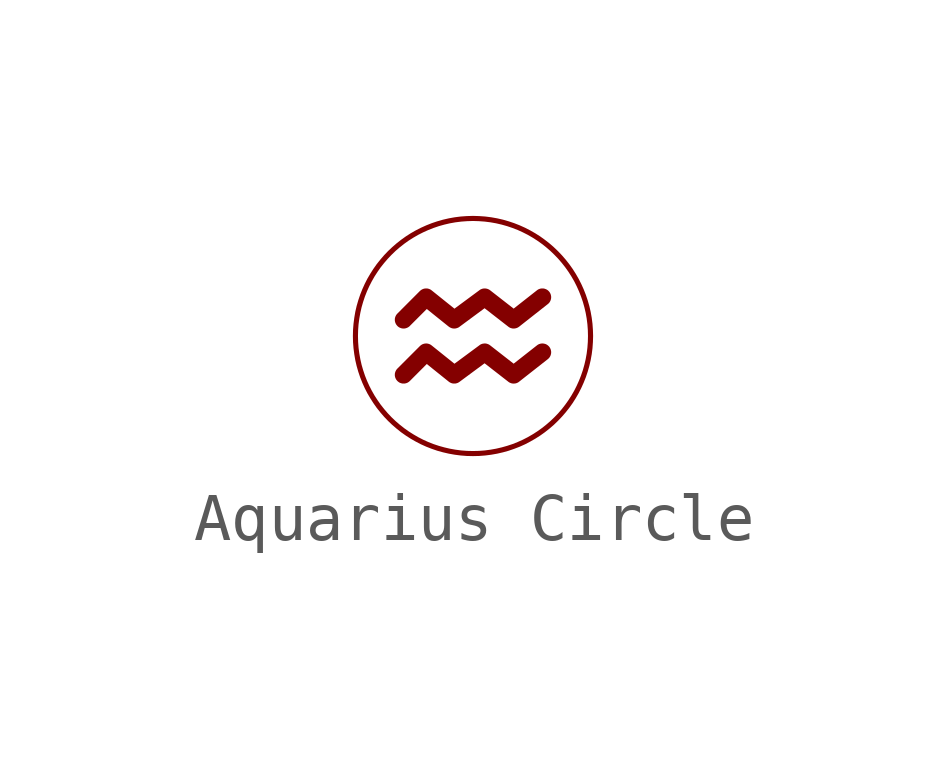
<source format=kicad_sym>
(kicad_symbol_lib
  (version 20241209)
  (generator "kicad_symbol_editor")
  (generator_version "9.0")
  (symbol "Aquarius Circle"
    (property "Reference" "LOGO"
      (at 0.254 -5.334 0)
      (effects (font (size 1.27 1.27)) (hide yes)))
    (property "ki_locked" ""
      (at 0 0 0)
      (effects (font (size 1.27 1.27))))
    (symbol "Aquarius Circle_1_0"
      (polyline (pts (xy -1.016 1.016) (xy -1.008 1.016) (xy -1 1.015) (xy -0.992 1.014) (xy -0.984 1.012) (xy -0.975 1.01) (xy -0.968 1.008) (xy -0.96 1.005) (xy -0.952 1.002) (xy -0.944 0.999) (xy -0.937 0.995) (xy -0.929 0.991) (xy -0.922 0.986) (xy -0.915 0.981) (xy -0.908 0.976) (xy -0.433 0.595) (xy 0.088 0.98) (xy 0.094 0.985) (xy 0.1 0.989) (xy 0.107 0.993) (xy 0.113 0.996) (xy 0.127 1.002) (xy 0.141 1.008) (xy 0.155 1.011) (xy 0.17 1.014) (xy 0.184 1.016) (xy 0.199 1.016) (xy 0.213 1.015) (xy 0.228 1.013) (xy 0.242 1.01) (xy 0.256 1.006) (xy 0.27 1.001) (xy 0.283 0.994) (xy 0.29 0.991) (xy 0.296 0.987) (xy 0.302 0.982) (xy 0.309 0.978) (xy 0.799 0.596) (xy 1.284 0.977) (xy 1.292 0.983) (xy 1.299 0.988) (xy 1.307 0.993) (xy 1.315 0.997) (xy 1.323 1.001) (xy 1.332 1.004) (xy 1.34 1.007) (xy 1.349 1.01) (xy 1.357 1.012) (xy 1.366 1.014) (xy 1.375 1.015) (xy 1.384 1.016) (xy 1.393 1.016) (xy 1.401 1.016) (xy 1.41 1.016) (xy 1.419 1.015) (xy 1.427 1.014) (xy 1.436 1.012) (xy 1.445 1.01) (xy 1.453 1.007) (xy 1.461 1.004) (xy 1.47 1.001) (xy 1.478 0.997) (xy 1.486 0.993) (xy 1.493 0.989) (xy 1.501 0.984) (xy 1.508 0.979) (xy 1.515 0.973) (xy 1.522 0.967) (xy 1.528 0.96) (xy 1.535 0.954) (xy 1.541 0.946) (xy 1.546 0.939) (xy 1.552 0.931) (xy 1.556 0.923) (xy 1.561 0.915) (xy 1.564 0.907) (xy 1.568 0.898) (xy 1.571 0.89) (xy 1.573 0.881) (xy 1.575 0.873) (xy 1.577 0.864) (xy 1.579 0.855) (xy 1.579 0.847) (xy 1.58 0.838) (xy 1.58 0.829) (xy 1.579 0.82) (xy 1.579 0.811) (xy 1.577 0.803) (xy 1.576 0.794) (xy 1.573 0.786) (xy 1.571 0.777) (xy 1.568 0.769) (xy 1.565 0.761) (xy 1.561 0.753) (xy 1.557 0.745) (xy 1.552 0.737) (xy 1.548 0.73) (xy 1.542 0.722) (xy 1.537 0.715) (xy 1.53 0.708) (xy 1.524 0.702) (xy 1.517 0.696) (xy 1.51 0.69) (xy 0.913 0.22) (xy 0.906 0.215) (xy 0.9 0.211) (xy 0.893 0.207) (xy 0.887 0.203) (xy 0.88 0.2) (xy 0.873 0.196) (xy 0.866 0.194) (xy 0.859 0.191) (xy 0.852 0.189) (xy 0.844 0.187) (xy 0.837 0.185) (xy 0.83 0.184) (xy 0.822 0.183) (xy 0.815 0.182) (xy 0.807 0.181) (xy 0.8 0.181) (xy 0.792 0.181) (xy 0.785 0.182) (xy 0.777 0.182) (xy 0.77 0.184) (xy 0.763 0.185) (xy 0.755 0.187) (xy 0.748 0.189) (xy 0.741 0.191) (xy 0.734 0.193) (xy 0.727 0.196) (xy 0.72 0.199) (xy 0.713 0.203) (xy 0.707 0.207) (xy 0.7 0.211) (xy 0.694 0.215) (xy 0.688 0.22) (xy 0.194 0.604) (xy -0.329 0.217) (xy -0.335 0.213) (xy -0.341 0.208) (xy -0.348 0.204) (xy -0.355 0.201) (xy -0.368 0.195) (xy -0.383 0.19) (xy -0.397 0.186) (xy -0.411 0.183) (xy -0.426 0.181) (xy -0.441 0.181) (xy -0.456 0.182) (xy -0.47 0.184) (xy -0.485 0.187) (xy -0.499 0.192) (xy -0.513 0.198) (xy -0.526 0.204) (xy -0.533 0.208) (xy -0.539 0.212) (xy -0.546 0.217) (xy -0.552 0.221) (xy -1.009 0.588) (xy -1.362 0.235) (xy -1.369 0.228) (xy -1.376 0.222) (xy -1.383 0.217) (xy -1.391 0.211) (xy -1.399 0.207) (xy -1.407 0.202) (xy -1.415 0.198) (xy -1.423 0.195) (xy -1.431 0.192) (xy -1.44 0.189) (xy -1.448 0.186) (xy -1.457 0.185) (xy -1.465 0.183) (xy -1.474 0.182) (xy -1.483 0.181) (xy -1.492 0.181) (xy -1.5 0.181) (xy -1.509 0.182) (xy -1.518 0.183) (xy -1.526 0.185) (xy -1.535 0.186) (xy -1.544 0.189) (xy -1.552 0.192) (xy -1.56 0.195) (xy -1.569 0.198) (xy -1.577 0.202) (xy -1.585 0.207) (xy -1.592 0.211) (xy -1.6 0.217) (xy -1.607 0.222) (xy -1.614 0.228) (xy -1.621 0.235) (xy -1.627 0.242) (xy -1.633 0.249) (xy -1.639 0.256) (xy -1.644 0.264) (xy -1.649 0.271) (xy -1.653 0.279) (xy -1.657 0.287) (xy -1.661 0.295) (xy -1.664 0.304) (xy -1.667 0.312) (xy -1.669 0.321) (xy -1.671 0.329) (xy -1.673 0.338) (xy -1.674 0.346) (xy -1.674 0.355) (xy -1.674 0.364) (xy -1.674 0.373) (xy -1.674 0.382) (xy -1.673 0.39) (xy -1.671 0.399) (xy -1.669 0.408) (xy -1.667 0.416) (xy -1.664 0.424) (xy -1.661 0.433) (xy -1.657 0.441) (xy -1.653 0.449) (xy -1.649 0.457) (xy -1.644 0.465) (xy -1.639 0.472) (xy -1.633 0.479) (xy -1.627 0.486) (xy -1.621 0.493) (xy -1.152 0.963) (xy -1.145 0.969) (xy -1.139 0.974) (xy -1.132 0.98) (xy -1.125 0.985) (xy -1.118 0.989) (xy -1.111 0.993) (xy -1.103 0.997) (xy -1.096 1.001) (xy -1.088 1.004) (xy -1.081 1.007) (xy -1.073 1.009) (xy -1.065 1.011) (xy -1.057 1.013) (xy -1.049 1.014) (xy -1.04 1.015) (xy -1.032 1.016) (xy -1.024 1.016) (xy -1.016 1.016)) (stroke (width -0.0001) (type solid)) (fill (type outline)))
      (polyline (pts (xy 0.081 2.522) (xy 0.208 2.513) (xy 0.333 2.497) (xy 0.457 2.475) (xy 0.578 2.447) (xy 0.696 2.413) (xy 0.812 2.374) (xy 0.926 2.329) (xy 1.037 2.279) (xy 1.144 2.224) (xy 1.249 2.164) (xy 1.351 2.099) (xy 1.448 2.029) (xy 1.543 1.955) (xy 1.634 1.876) (xy 1.72 1.794) (xy 1.803 1.707) (xy 1.882 1.616) (xy 1.956 1.522) (xy 2.026 1.424) (xy 2.091 1.322) (xy 2.151 1.218) (xy 2.206 1.11) (xy 2.256 0.999) (xy 2.301 0.885) (xy 2.34 0.769) (xy 2.374 0.651) (xy 2.402 0.53) (xy 2.424 0.406) (xy 2.44 0.281) (xy 2.449 0.154) (xy 2.453 0.026) (xy 2.449 -0.103) (xy 2.44 -0.23) (xy 2.424 -0.355) (xy 2.402 -0.478) (xy 2.374 -0.599) (xy 2.34 -0.718) (xy 2.301 -0.834) (xy 2.256 -0.947) (xy 2.206 -1.058) (xy 2.151 -1.166) (xy 2.091 -1.27) (xy 2.026 -1.372) (xy 1.956 -1.47) (xy 1.882 -1.564) (xy 1.803 -1.655) (xy 1.72 -1.742) (xy 1.634 -1.825) (xy 1.543 -1.903) (xy 1.448 -1.978) (xy 1.351 -2.047) (xy 1.249 -2.112) (xy 1.144 -2.172) (xy 1.037 -2.228) (xy 0.926 -2.278) (xy 0.812 -2.322) (xy 0.696 -2.362) (xy 0.578 -2.395) (xy 0.457 -2.423) (xy 0.333 -2.445) (xy 0.208 -2.461) (xy 0.081 -2.471) (xy -0.047 -2.474) (xy -0.176 -2.471) (xy -0.303 -2.461) (xy -0.428 -2.445) (xy -0.551 -2.423) (xy -0.672 -2.395) (xy -0.791 -2.362) (xy -0.907 -2.322) (xy -1.02 -2.278) (xy -1.131 -2.228) (xy -1.239 -2.172) (xy -1.344 -2.112) (xy -1.445 -2.047) (xy -1.543 -1.978) (xy -1.637 -1.903) (xy -1.728 -1.825) (xy -1.815 -1.742) (xy -1.898 -1.655) (xy -1.976 -1.564) (xy -2.051 -1.47) (xy -2.12 -1.372) (xy -2.185 -1.27) (xy -2.246 -1.166) (xy -2.301 -1.058) (xy -2.351 -0.947) (xy -2.396 -0.834) (xy -2.435 -0.718) (xy -2.469 -0.599) (xy -2.497 -0.478) (xy -2.518 -0.355) (xy -2.534 -0.23) (xy -2.544 -0.103) (xy -2.547 0.026) (xy -2.441 0.026) (xy -2.438 -0.097) (xy -2.429 -0.219) (xy -2.413 -0.339) (xy -2.392 -0.457) (xy -2.366 -0.572) (xy -2.333 -0.686) (xy -2.296 -0.797) (xy -2.253 -0.906) (xy -2.205 -1.012) (xy -2.152 -1.115) (xy -2.095 -1.215) (xy -2.032 -1.312) (xy -1.966 -1.406) (xy -1.894 -1.497) (xy -1.819 -1.584) (xy -1.74 -1.667) (xy -1.657 -1.746) (xy -1.57 -1.821) (xy -1.48 -1.892) (xy -1.386 -1.959) (xy -1.288 -2.021) (xy -1.188 -2.079) (xy -1.085 -2.132) (xy -0.979 -2.18) (xy -0.87 -2.223) (xy -0.759 -2.26) (xy -0.645 -2.292) (xy -0.53 -2.319) (xy -0.412 -2.34) (xy -0.292 -2.356) (xy -0.171 -2.365) (xy -0.047 -2.368) (xy 0.076 -2.365) (xy 0.198 -2.356) (xy 0.317 -2.34) (xy 0.435 -2.319) (xy 0.551 -2.292) (xy 0.664 -2.26) (xy 0.776 -2.223) (xy 0.884 -2.18) (xy 0.991 -2.132) (xy 1.094 -2.079) (xy 1.194 -2.021) (xy 1.291 -1.959) (xy 1.385 -1.892) (xy 1.475 -1.821) (xy 1.562 -1.746) (xy 1.645 -1.667) (xy 1.725 -1.584) (xy 1.8 -1.497) (xy 1.871 -1.406) (xy 1.938 -1.312) (xy 2 -1.215) (xy 2.058 -1.115) (xy 2.11 -1.012) (xy 2.158 -0.906) (xy 2.201 -0.797) (xy 2.239 -0.686) (xy 2.271 -0.572) (xy 2.298 -0.457) (xy 2.319 -0.339) (xy 2.334 -0.219) (xy 2.343 -0.097) (xy 2.346 0.026) (xy 2.343 0.149) (xy 2.334 0.271) (xy 2.319 0.39) (xy 2.298 0.508) (xy 2.271 0.624) (xy 2.239 0.738) (xy 2.201 0.849) (xy 2.158 0.958) (xy 2.11 1.064) (xy 2.058 1.167) (xy 2 1.267) (xy 1.938 1.364) (xy 1.871 1.458) (xy 1.8 1.548) (xy 1.725 1.635) (xy 1.645 1.718) (xy 1.562 1.798) (xy 1.475 1.873) (xy 1.385 1.944) (xy 1.291 2.011) (xy 1.194 2.073) (xy 1.094 2.131) (xy 0.991 2.183) (xy 0.884 2.232) (xy 0.776 2.274) (xy 0.664 2.312) (xy 0.551 2.344) (xy 0.435 2.371) (xy 0.317 2.392) (xy 0.198 2.407) (xy 0.076 2.416) (xy -0.047 2.42) (xy -0.171 2.416) (xy -0.292 2.407) (xy -0.412 2.392) (xy -0.53 2.371) (xy -0.645 2.344) (xy -0.759 2.312) (xy -0.87 2.274) (xy -0.979 2.231) (xy -1.085 2.183) (xy -1.188 2.131) (xy -1.288 2.073) (xy -1.386 2.011) (xy -1.48 1.944) (xy -1.57 1.873) (xy -1.657 1.798) (xy -1.74 1.718) (xy -1.819 1.635) (xy -1.894 1.548) (xy -1.966 1.458) (xy -2.032 1.364) (xy -2.095 1.267) (xy -2.152 1.167) (xy -2.205 1.064) (xy -2.253 0.958) (xy -2.296 0.849) (xy -2.333 0.738) (xy -2.366 0.624) (xy -2.392 0.508) (xy -2.413 0.39) (xy -2.429 0.271) (xy -2.438 0.149) (xy -2.441 0.026) (xy -2.547 0.026) (xy -2.544 0.154) (xy -2.534 0.281) (xy -2.518 0.406) (xy -2.497 0.53) (xy -2.469 0.651) (xy -2.435 0.769) (xy -2.396 0.885) (xy -2.351 0.999) (xy -2.301 1.11) (xy -2.246 1.218) (xy -2.185 1.322) (xy -2.12 1.424) (xy -2.051 1.522) (xy -1.976 1.616) (xy -1.898 1.707) (xy -1.815 1.794) (xy -1.728 1.876) (xy -1.637 1.955) (xy -1.543 2.029) (xy -1.445 2.099) (xy -1.344 2.164) (xy -1.239 2.224) (xy -1.131 2.279) (xy -1.02 2.329) (xy -0.907 2.374) (xy -0.791 2.413) (xy -0.672 2.447) (xy -0.551 2.475) (xy -0.428 2.497) (xy -0.303 2.513) (xy -0.176 2.522) (xy -0.047 2.526) (xy 0.081 2.522)) (stroke (width -0.0001) (type solid)) (fill (type outline)))
      (polyline (pts (xy 1.41 -0.13) (xy 1.419 -0.131) (xy 1.427 -0.132) (xy 1.436 -0.134) (xy 1.445 -0.136) (xy 1.453 -0.138) (xy 1.461 -0.141) (xy 1.47 -0.144) (xy 1.478 -0.148) (xy 1.486 -0.152) (xy 1.493 -0.157) (xy 1.501 -0.162) (xy 1.508 -0.167) (xy 1.515 -0.173) (xy 1.522 -0.179) (xy 1.528 -0.185) (xy 1.535 -0.192) (xy 1.541 -0.199) (xy 1.546 -0.207) (xy 1.552 -0.215) (xy 1.556 -0.223) (xy 1.561 -0.231) (xy 1.564 -0.239) (xy 1.568 -0.247) (xy 1.571 -0.256) (xy 1.573 -0.264) (xy 1.575 -0.273) (xy 1.577 -0.282) (xy 1.579 -0.29) (xy 1.579 -0.299) (xy 1.58 -0.308) (xy 1.58 -0.317) (xy 1.579 -0.325) (xy 1.579 -0.334) (xy 1.577 -0.343) (xy 1.576 -0.351) (xy 1.573 -0.36) (xy 1.571 -0.368) (xy 1.568 -0.377) (xy 1.565 -0.385) (xy 1.561 -0.393) (xy 1.557 -0.401) (xy 1.552 -0.409) (xy 1.548 -0.416) (xy 1.542 -0.423) (xy 1.537 -0.43) (xy 1.53 -0.437) (xy 1.524 -0.444) (xy 1.517 -0.45) (xy 1.51 -0.456) (xy 0.913 -0.925) (xy 0.906 -0.93) (xy 0.9 -0.935) (xy 0.893 -0.939) (xy 0.887 -0.943) (xy 0.88 -0.946) (xy 0.873 -0.949) (xy 0.866 -0.952) (xy 0.859 -0.955) (xy 0.852 -0.957) (xy 0.844 -0.959) (xy 0.837 -0.961) (xy 0.83 -0.962) (xy 0.822 -0.963) (xy 0.815 -0.964) (xy 0.807 -0.964) (xy 0.8 -0.965) (xy 0.792 -0.964) (xy 0.785 -0.964) (xy 0.777 -0.963) (xy 0.77 -0.962) (xy 0.763 -0.961) (xy 0.755 -0.959) (xy 0.748 -0.957) (xy 0.741 -0.955) (xy 0.734 -0.952) (xy 0.727 -0.949) (xy 0.72 -0.946) (xy 0.713 -0.943) (xy 0.707 -0.939) (xy 0.7 -0.935) (xy 0.694 -0.931) (xy 0.688 -0.926) (xy 0.194 -0.542) (xy -0.329 -0.929) (xy -0.335 -0.933) (xy -0.341 -0.937) (xy -0.348 -0.941) (xy -0.355 -0.945) (xy -0.368 -0.951) (xy -0.383 -0.956) (xy -0.397 -0.96) (xy -0.411 -0.963) (xy -0.426 -0.964) (xy -0.441 -0.964) (xy -0.456 -0.964) (xy -0.47 -0.962) (xy -0.485 -0.958) (xy -0.499 -0.954) (xy -0.513 -0.948) (xy -0.526 -0.941) (xy -0.533 -0.938) (xy -0.539 -0.933) (xy -0.546 -0.929) (xy -0.552 -0.924) (xy -1.009 -0.557) (xy -1.362 -0.911) (xy -1.369 -0.917) (xy -1.376 -0.923) (xy -1.383 -0.929) (xy -1.391 -0.934) (xy -1.399 -0.939) (xy -1.407 -0.944) (xy -1.415 -0.948) (xy -1.423 -0.951) (xy -1.431 -0.954) (xy -1.44 -0.957) (xy -1.448 -0.959) (xy -1.457 -0.961) (xy -1.465 -0.963) (xy -1.474 -0.964) (xy -1.483 -0.964) (xy -1.492 -0.964) (xy -1.5 -0.964) (xy -1.509 -0.964) (xy -1.518 -0.963) (xy -1.526 -0.961) (xy -1.535 -0.959) (xy -1.544 -0.957) (xy -1.552 -0.954) (xy -1.56 -0.951) (xy -1.569 -0.948) (xy -1.577 -0.944) (xy -1.585 -0.939) (xy -1.592 -0.934) (xy -1.6 -0.929) (xy -1.607 -0.923) (xy -1.614 -0.917) (xy -1.621 -0.911) (xy -1.627 -0.904) (xy -1.633 -0.897) (xy -1.639 -0.89) (xy -1.644 -0.882) (xy -1.649 -0.875) (xy -1.653 -0.867) (xy -1.657 -0.859) (xy -1.661 -0.85) (xy -1.664 -0.842) (xy -1.667 -0.834) (xy -1.669 -0.825) (xy -1.671 -0.817) (xy -1.673 -0.808) (xy -1.674 -0.799) (xy -1.674 -0.79) (xy -1.674 -0.782) (xy -1.674 -0.773) (xy -1.674 -0.764) (xy -1.673 -0.755) (xy -1.671 -0.747) (xy -1.669 -0.738) (xy -1.667 -0.73) (xy -1.664 -0.721) (xy -1.661 -0.713) (xy -1.657 -0.705) (xy -1.653 -0.697) (xy -1.649 -0.689) (xy -1.644 -0.681) (xy -1.639 -0.673) (xy -1.633 -0.666) (xy -1.627 -0.659) (xy -1.621 -0.652) (xy -1.152 -0.183) (xy -1.145 -0.177) (xy -1.139 -0.172) (xy -1.132 -0.166) (xy -1.125 -0.161) (xy -1.118 -0.157) (xy -1.111 -0.152) (xy -1.103 -0.148) (xy -1.096 -0.145) (xy -1.088 -0.142) (xy -1.081 -0.139) (xy -1.073 -0.137) (xy -1.065 -0.135) (xy -1.057 -0.133) (xy -1.049 -0.131) (xy -1.04 -0.131) (xy -1.032 -0.13) (xy -1.024 -0.13) (xy -1.016 -0.13) (xy -1.008 -0.13) (xy -1 -0.131) (xy -0.992 -0.132) (xy -0.984 -0.134) (xy -0.975 -0.136) (xy -0.968 -0.138) (xy -0.96 -0.141) (xy -0.952 -0.144) (xy -0.944 -0.147) (xy -0.937 -0.151) (xy -0.929 -0.155) (xy -0.922 -0.16) (xy -0.915 -0.165) (xy -0.908 -0.17) (xy -0.433 -0.551) (xy 0.088 -0.166) (xy 0.094 -0.161) (xy 0.1 -0.157) (xy 0.107 -0.153) (xy 0.113 -0.149) (xy 0.127 -0.143) (xy 0.141 -0.138) (xy 0.155 -0.134) (xy 0.17 -0.132) (xy 0.184 -0.13) (xy 0.199 -0.13) (xy 0.213 -0.13) (xy 0.228 -0.132) (xy 0.242 -0.135) (xy 0.256 -0.14) (xy 0.27 -0.145) (xy 0.283 -0.151) (xy 0.29 -0.155) (xy 0.296 -0.159) (xy 0.302 -0.164) (xy 0.309 -0.168) (xy 0.799 -0.55) (xy 1.284 -0.169) (xy 1.292 -0.163) (xy 1.299 -0.158) (xy 1.307 -0.153) (xy 1.315 -0.149) (xy 1.323 -0.145) (xy 1.332 -0.141) (xy 1.34 -0.139) (xy 1.349 -0.136) (xy 1.357 -0.134) (xy 1.366 -0.132) (xy 1.375 -0.131) (xy 1.384 -0.13) (xy 1.393 -0.13) (xy 1.401 -0.13) (xy 1.41 -0.13)) (stroke (width -0.0001) (type solid)) (fill (type outline))))))
</source>
